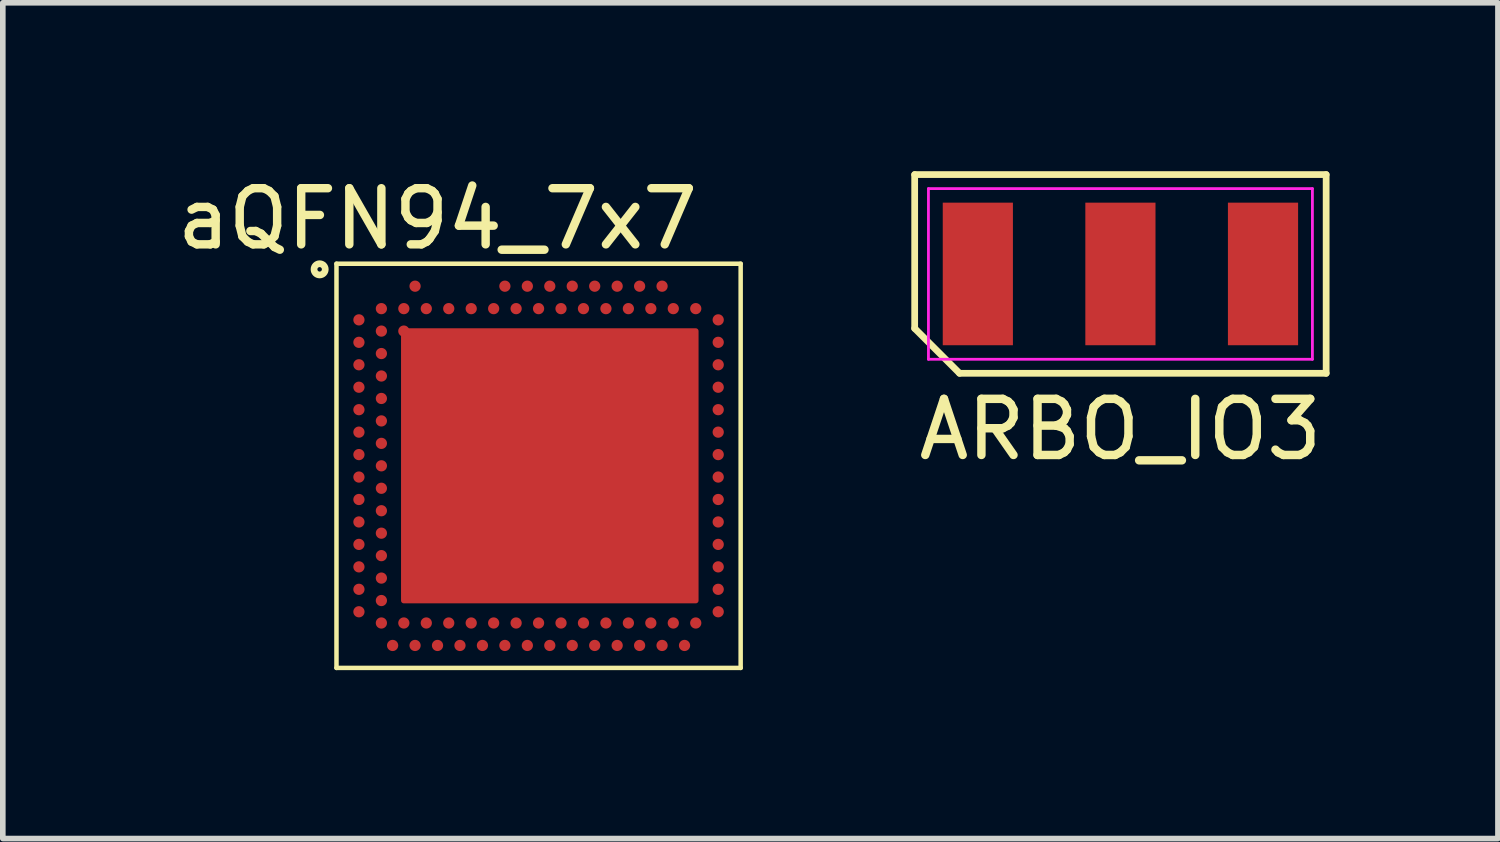
<source format=kicad_pcb>
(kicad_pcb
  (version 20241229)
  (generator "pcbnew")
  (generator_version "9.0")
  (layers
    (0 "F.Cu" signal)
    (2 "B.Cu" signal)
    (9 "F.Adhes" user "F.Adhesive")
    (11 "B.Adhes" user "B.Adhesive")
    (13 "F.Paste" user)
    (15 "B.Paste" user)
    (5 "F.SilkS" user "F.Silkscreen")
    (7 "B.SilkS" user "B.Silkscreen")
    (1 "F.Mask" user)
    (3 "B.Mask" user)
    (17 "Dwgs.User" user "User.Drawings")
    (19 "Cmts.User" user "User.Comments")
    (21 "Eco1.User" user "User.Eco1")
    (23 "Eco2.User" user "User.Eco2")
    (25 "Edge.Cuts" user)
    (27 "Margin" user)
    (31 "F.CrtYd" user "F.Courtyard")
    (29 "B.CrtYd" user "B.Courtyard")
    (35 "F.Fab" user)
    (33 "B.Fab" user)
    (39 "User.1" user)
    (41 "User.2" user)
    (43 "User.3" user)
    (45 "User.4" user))
  (footprint "aQFN94_7x7"
    (layer "F.Cu")
    (at 6.744 5.248)
    (property "Reference" "aQFN94_7x7" (at -2 -4.4 0) (layer "F.SilkS") (effects (font (size 1 1) (thickness 0.15))))
    (attr through_hole)
    (fp_poly (pts (xy 2.6 -2.4) (xy -2.6 -2.4) (xy -2.6 2.4) (xy 2.6 2.4)) (stroke (width 0.1) (type solid)) (fill yes) (layer "F.Cu"))
    (fp_line (start -3.8 -3.6) (end -3.8 3.6) (stroke (width 0.08) (type solid)) (layer "F.SilkS"))
    (fp_line (start -3.8 3.6) (end 3.4 3.6) (stroke (width 0.08) (type solid)) (layer "F.SilkS"))
    (fp_line (start 3.4 -3.6) (end -3.8 -3.6) (stroke (width 0.08) (type solid)) (layer "F.SilkS"))
    (fp_line (start 3.4 3.6) (end 3.4 -3.6) (stroke (width 0.08) (type solid)) (layer "F.SilkS"))
    (fp_circle (center -4.1 -3.5) (end -4.1 -3.4) (stroke (width 0.12) (type solid)) (fill no) (layer "F.SilkS"))
    (pad "104" smd circle (at -2.6 -2.4) (size 0.2 0.2) (layers "F.Cu" "F.Mask" "F.Paste"))
    (pad "A5" smd circle (at -2.4 -3.2) (size 0.2 0.2) (layers "F.Cu" "F.Mask" "F.Paste"))
    (pad "A13" smd circle (at -0.8 -3.2) (size 0.2 0.2) (layers "F.Cu" "F.Mask" "F.Paste"))
    (pad "A15" smd circle (at -0.4 -3.2) (size 0.2 0.2) (layers "F.Cu" "F.Mask" "F.Paste"))
    (pad "A17" smd circle (at 0 -3.2) (size 0.2 0.2) (layers "F.Cu" "F.Mask" "F.Paste"))
    (pad "A19" smd circle (at 0.4 -3.2) (size 0.2 0.2) (layers "F.Cu" "F.Mask" "F.Paste"))
    (pad "A21" smd circle (at 0.8 -3.2) (size 0.2 0.2) (layers "F.Cu" "F.Mask" "F.Paste"))
    (pad "A23" smd circle (at 1.2 -3.2) (size 0.2 0.2) (layers "F.Cu" "F.Mask" "F.Paste"))
    (pad "A25" smd circle (at 1.6 -3.2) (size 0.2 0.2) (layers "F.Cu" "F.Mask" "F.Paste"))
    (pad "A27" smd circle (at 2 -3.2) (size 0.2 0.2) (layers "F.Cu" "F.Mask" "F.Paste"))
    (pad "AA1" smd circle (at -3.4 1) (size 0.2 0.2) (layers "F.Cu" "F.Mask" "F.Paste"))
    (pad "AA31" smd circle (at 3 1) (size 0.2 0.2) (layers "F.Cu" "F.Mask" "F.Paste"))
    (pad "AB2" smd circle (at -3 1.2) (size 0.2 0.2) (layers "F.Cu" "F.Mask" "F.Paste"))
    (pad "AC1" smd circle (at -3.4 1.4) (size 0.2 0.2) (layers "F.Cu" "F.Mask" "F.Paste"))
    (pad "AC31" smd circle (at 3 1.4) (size 0.2 0.2) (layers "F.Cu" "F.Mask" "F.Paste"))
    (pad "AD2" smd circle (at -3 1.6) (size 0.2 0.2) (layers "F.Cu" "F.Mask" "F.Paste"))
    (pad "AE1" smd circle (at -3.4 1.8) (size 0.2 0.2) (layers "F.Cu" "F.Mask" "F.Paste"))
    (pad "AE31" smd circle (at 3 1.8) (size 0.2 0.2) (layers "F.Cu" "F.Mask" "F.Paste"))
    (pad "AF2" smd circle (at -3 2) (size 0.2 0.2) (layers "F.Cu" "F.Mask" "F.Paste"))
    (pad "AG1" smd circle (at -3.4 2.2) (size 0.2 0.2) (layers "F.Cu" "F.Mask" "F.Paste"))
    (pad "AG31" smd circle (at 3 2.2) (size 0.2 0.2) (layers "F.Cu" "F.Mask" "F.Paste"))
    (pad "AH2" smd circle (at -3 2.4) (size 0.2 0.2) (layers "F.Cu" "F.Mask" "F.Paste"))
    (pad "AJ1" smd circle (at -3.4 2.6) (size 0.2 0.2) (layers "F.Cu" "F.Mask" "F.Paste"))
    (pad "AJ31" smd circle (at 3 2.6) (size 0.2 0.2) (layers "F.Cu" "F.Mask" "F.Paste"))
    (pad "AK2" smd circle (at -3 2.8) (size 0.2 0.2) (layers "F.Cu" "F.Mask" "F.Paste"))
    (pad "AK4" smd circle (at -2.6 2.8) (size 0.2 0.2) (layers "F.Cu" "F.Mask" "F.Paste"))
    (pad "AK6" smd circle (at -2.2 2.8) (size 0.2 0.2) (layers "F.Cu" "F.Mask" "F.Paste"))
    (pad "AK8" smd circle (at -1.8 2.8) (size 0.2 0.2) (layers "F.Cu" "F.Mask" "F.Paste"))
    (pad "AK10" smd circle (at -1.4 2.8) (size 0.2 0.2) (layers "F.Cu" "F.Mask" "F.Paste"))
    (pad "AK12" smd circle (at -1 2.8) (size 0.2 0.2) (layers "F.Cu" "F.Mask" "F.Paste"))
    (pad "AK14" smd circle (at -0.6 2.8) (size 0.2 0.2) (layers "F.Cu" "F.Mask" "F.Paste"))
    (pad "AK16" smd circle (at -0.2 2.8) (size 0.2 0.2) (layers "F.Cu" "F.Mask" "F.Paste"))
    (pad "AK18" smd circle (at 0.2 2.8) (size 0.2 0.2) (layers "F.Cu" "F.Mask" "F.Paste"))
    (pad "AK20" smd circle (at 0.6 2.8) (size 0.2 0.2) (layers "F.Cu" "F.Mask" "F.Paste"))
    (pad "AK22" smd circle (at 1 2.8) (size 0.2 0.2) (layers "F.Cu" "F.Mask" "F.Paste"))
    (pad "AK24" smd circle (at 1.4 2.8) (size 0.2 0.2) (layers "F.Cu" "F.Mask" "F.Paste"))
    (pad "AK26" smd circle (at 1.8 2.8) (size 0.2 0.2) (layers "F.Cu" "F.Mask" "F.Paste"))
    (pad "AK28" smd circle (at 2.2 2.8) (size 0.2 0.2) (layers "F.Cu" "F.Mask" "F.Paste"))
    (pad "AK30" smd circle (at 2.6 2.8) (size 0.2 0.2) (layers "F.Cu" "F.Mask" "F.Paste"))
    (pad "AL3" smd circle (at -2.8 3.2) (size 0.2 0.2) (layers "F.Cu" "F.Mask" "F.Paste"))
    (pad "AL5" smd circle (at -2.4 3.2) (size 0.2 0.2) (layers "F.Cu" "F.Mask" "F.Paste"))
    (pad "AL7" smd circle (at -2 3.2) (size 0.2 0.2) (layers "F.Cu" "F.Mask" "F.Paste"))
    (pad "AL9" smd circle (at -1.6 3.2) (size 0.2 0.2) (layers "F.Cu" "F.Mask" "F.Paste"))
    (pad "AL11" smd circle (at -1.2 3.2) (size 0.2 0.2) (layers "F.Cu" "F.Mask" "F.Paste"))
    (pad "AL13" smd circle (at -0.8 3.2) (size 0.2 0.2) (layers "F.Cu" "F.Mask" "F.Paste"))
    (pad "AL15" smd circle (at -0.4 3.2) (size 0.2 0.2) (layers "F.Cu" "F.Mask" "F.Paste"))
    (pad "AL17" smd circle (at 0 3.2) (size 0.2 0.2) (layers "F.Cu" "F.Mask" "F.Paste"))
    (pad "AL19" smd circle (at 0.4 3.2) (size 0.2 0.2) (layers "F.Cu" "F.Mask" "F.Paste"))
    (pad "AL21" smd circle (at 0.8 3.2) (size 0.2 0.2) (layers "F.Cu" "F.Mask" "F.Paste"))
    (pad "AL23" smd circle (at 1.2 3.2) (size 0.2 0.2) (layers "F.Cu" "F.Mask" "F.Paste"))
    (pad "AL25" smd circle (at 1.6 3.2) (size 0.2 0.2) (layers "F.Cu" "F.Mask" "F.Paste"))
    (pad "AL27" smd circle (at 2 3.2) (size 0.2 0.2) (layers "F.Cu" "F.Mask" "F.Paste"))
    (pad "AL29" smd circle (at 2.4 3.2) (size 0.2 0.2) (layers "F.Cu" "F.Mask" "F.Paste"))
    (pad "B2" smd circle (at -3 -2.8) (size 0.2 0.2) (layers "F.Cu" "F.Mask" "F.Paste"))
    (pad "B4" smd circle (at -2.6 -2.8) (size 0.2 0.2) (layers "F.Cu" "F.Mask" "F.Paste"))
    (pad "B6" smd circle (at -2.2 -2.8) (size 0.2 0.2) (layers "F.Cu" "F.Mask" "F.Paste"))
    (pad "B8" smd circle (at -1.8 -2.8) (size 0.2 0.2) (layers "F.Cu" "F.Mask" "F.Paste"))
    (pad "B10" smd circle (at -1.4 -2.8) (size 0.2 0.2) (layers "F.Cu" "F.Mask" "F.Paste"))
    (pad "B12" smd circle (at -1 -2.8) (size 0.2 0.2) (layers "F.Cu" "F.Mask" "F.Paste"))
    (pad "B14" smd circle (at -0.6 -2.8) (size 0.2 0.2) (layers "F.Cu" "F.Mask" "F.Paste"))
    (pad "B16" smd circle (at -0.2 -2.8) (size 0.2 0.2) (layers "F.Cu" "F.Mask" "F.Paste"))
    (pad "B18" smd circle (at 0.2 -2.8) (size 0.2 0.2) (layers "F.Cu" "F.Mask" "F.Paste"))
    (pad "B20" smd circle (at 0.6 -2.8) (size 0.2 0.2) (layers "F.Cu" "F.Mask" "F.Paste"))
    (pad "B22" smd circle (at 1 -2.8) (size 0.2 0.2) (layers "F.Cu" "F.Mask" "F.Paste"))
    (pad "B24" smd circle (at 1.4 -2.8) (size 0.2 0.2) (layers "F.Cu" "F.Mask" "F.Paste"))
    (pad "B26" smd circle (at 1.8 -2.8) (size 0.2 0.2) (layers "F.Cu" "F.Mask" "F.Paste"))
    (pad "B28" smd circle (at 2.2 -2.8) (size 0.2 0.2) (layers "F.Cu" "F.Mask" "F.Paste"))
    (pad "B30" smd circle (at 2.6 -2.8) (size 0.2 0.2) (layers "F.Cu" "F.Mask" "F.Paste"))
    (pad "C1" smd circle (at -3.4 -2.6) (size 0.2 0.2) (layers "F.Cu" "F.Mask" "F.Paste"))
    (pad "C31" smd circle (at 3 -2.6) (size 0.2 0.2) (layers "F.Cu" "F.Mask" "F.Paste"))
    (pad "D2" smd circle (at -3 -2.4) (size 0.2 0.2) (layers "F.Cu" "F.Mask" "F.Paste"))
    (pad "E1" smd circle (at -3.4 -2.2) (size 0.2 0.2) (layers "F.Cu" "F.Mask" "F.Paste"))
    (pad "E31" smd circle (at 3 -2.2) (size 0.2 0.2) (layers "F.Cu" "F.Mask" "F.Paste"))
    (pad "F2" smd circle (at -3 -2) (size 0.2 0.2) (layers "F.Cu" "F.Mask" "F.Paste"))
    (pad "G1" smd circle (at -3.4 -1.8) (size 0.2 0.2) (layers "F.Cu" "F.Mask" "F.Paste"))
    (pad "G31" smd circle (at 3 -1.8) (size 0.2 0.2) (layers "F.Cu" "F.Mask" "F.Paste"))
    (pad "H2" smd circle (at -3 -1.6) (size 0.2 0.2) (layers "F.Cu" "F.Mask" "F.Paste"))
    (pad "J1" smd circle (at -3.4 -1.4) (size 0.2 0.2) (layers "F.Cu" "F.Mask" "F.Paste"))
    (pad "J31" smd circle (at 3 -1.4) (size 0.2 0.2) (layers "F.Cu" "F.Mask" "F.Paste"))
    (pad "K2" smd circle (at -3 -1.2) (size 0.2 0.2) (layers "F.Cu" "F.Mask" "F.Paste"))
    (pad "L1" smd circle (at -3.4 -1) (size 0.2 0.2) (layers "F.Cu" "F.Mask" "F.Paste"))
    (pad "L31" smd circle (at 3 -1) (size 0.2 0.2) (layers "F.Cu" "F.Mask" "F.Paste"))
    (pad "M2" smd circle (at -3 -0.8) (size 0.2 0.2) (layers "F.Cu" "F.Mask" "F.Paste"))
    (pad "N1" smd circle (at -3.4 -0.6) (size 0.2 0.2) (layers "F.Cu" "F.Mask" "F.Paste"))
    (pad "N31" smd circle (at 3 -0.6) (size 0.2 0.2) (layers "F.Cu" "F.Mask" "F.Paste"))
    (pad "P2" smd circle (at -3 -0.4) (size 0.2 0.2) (layers "F.Cu" "F.Mask" "F.Paste"))
    (pad "R1" smd circle (at -3.4 -0.2) (size 0.2 0.2) (layers "F.Cu" "F.Mask" "F.Paste"))
    (pad "R31" smd circle (at 3 -0.2) (size 0.2 0.2) (layers "F.Cu" "F.Mask" "F.Paste"))
    (pad "T2" smd circle (at -3 0) (size 0.2 0.2) (layers "F.Cu" "F.Mask" "F.Paste"))
    (pad "U1" smd circle (at -3.4 0.2) (size 0.2 0.2) (layers "F.Cu" "F.Mask" "F.Paste"))
    (pad "U31" smd circle (at 3 0.2) (size 0.2 0.2) (layers "F.Cu" "F.Mask" "F.Paste"))
    (pad "V2" smd circle (at -3 0.4) (size 0.2 0.2) (layers "F.Cu" "F.Mask" "F.Paste"))
    (pad "W1" smd circle (at -3.4 0.6) (size 0.2 0.2) (layers "F.Cu" "F.Mask" "F.Paste"))
    (pad "W31" smd circle (at 3 0.6) (size 0.2 0.2) (layers "F.Cu" "F.Mask" "F.Paste"))
    (pad "Y2" smd circle (at -3 0.8) (size 0.2 0.2) (layers "F.Cu" "F.Mask" "F.Paste")))
  (footprint "ARBO_IO3"
    (layer "F.Cu")
    (at 16.909 1.83)
    (property "Reference" "ARBO_IO3" (at 0 2.77 0) (layer "F.SilkS") (effects (font (size 1 1) (thickness 0.15))))
    (attr smd)
    (fp_line (start -3.665 -1.77) (end 3.665 -1.77) (stroke (width 0.12) (type solid)) (layer "F.SilkS"))
    (fp_line (start -3.665 0.97) (end -3.665 -1.77) (stroke (width 0.12) (type solid)) (layer "F.SilkS"))
    (fp_line (start -2.865 1.77) (end -3.665 0.97) (stroke (width 0.12) (type solid)) (layer "F.SilkS"))
    (fp_line (start 3.665 -1.77) (end 3.665 1.77) (stroke (width 0.12) (type solid)) (layer "F.SilkS"))
    (fp_line (start 3.665 1.77) (end -2.865 1.77) (stroke (width 0.12) (type solid)) (layer "F.SilkS"))
    (fp_line (start -3.42 -1.52) (end 3.42 -1.52) (stroke (width 0.05) (type solid)) (layer "F.CrtYd"))
    (fp_line (start -3.42 1.52) (end -3.42 -1.52) (stroke (width 0.05) (type solid)) (layer "F.CrtYd"))
    (fp_line (start 3.42 -1.52) (end 3.42 1.52) (stroke (width 0.05) (type solid)) (layer "F.CrtYd"))
    (fp_line (start 3.42 1.52) (end -3.42 1.52) (stroke (width 0.05) (type solid)) (layer "F.CrtYd"))
    (pad "1" smd rect (at -2.54 0) (size 1.25 2.54) (layers "F.Cu" "F.Mask" "F.Paste"))
    (pad "2" smd rect (at 0 0) (size 1.25 2.54) (layers "F.Cu" "F.Mask" "F.Paste"))
    (pad "3" smd rect (at 2.54 0) (size 1.25 2.54) (layers "F.Cu" "F.Mask" "F.Paste")))
  (gr_rect
    (start -3 -3)
    (end 23.634 11.888)
    (stroke (width 0.1) (type default))
    (fill no)
    (layer "Edge.Cuts")))
</source>
